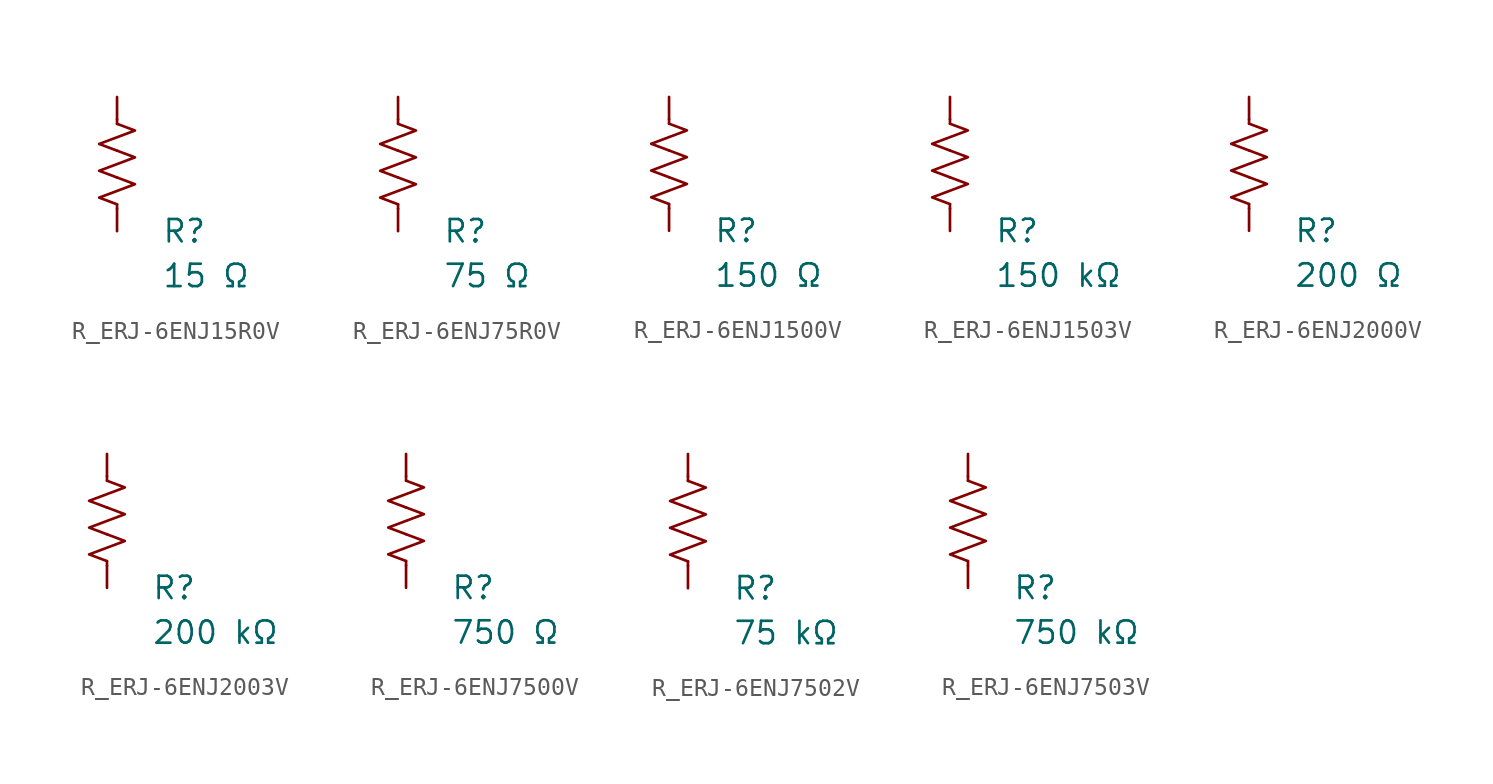
<source format=kicad_sym>
(kicad_symbol_lib
  (version 20231120)
  (generator "kicad_symbol_editor")
  (generator_version "8.0")
  (symbol "R_ERJ-6ENJ15R0V"
    (pin_numbers hide)
    (pin_names
      (offset 0))
    (property "Reference" "R"
      (at 2.54 -3.81 0)
      (effects (font (size 1.27 1.27)) (justify left))
      (show_name no))
    (property "Value" "15 Ω"
      (at 2.54 -6.35 0)
      (effects (font (size 1.27 1.27)) (justify left))
      (show_name no))
    (symbol "R_ERJ-6ENJ15R0V_0_1"
      (polyline (pts (xy 0 -2.286) (xy 0 -2.54)) (stroke (width 0) (type default)) (fill (type none)))
      (polyline (pts (xy 0 2.286) (xy 0 2.54)) (stroke (width 0) (type default)) (fill (type none)))
      (polyline (pts (xy 0 -0.762) (xy 1.016 -1.143) (xy 0 -1.524) (xy -1.016 -1.905) (xy 0 -2.286)) (stroke (width 0) (type default)) (fill (type none)))
      (polyline (pts (xy 0 0.762) (xy 1.016 0.381) (xy 0 0) (xy -1.016 -0.381) (xy 0 -0.762)) (stroke (width 0) (type default)) (fill (type none)))
      (polyline (pts (xy 0 2.286) (xy 1.016 1.905) (xy 0 1.524) (xy -1.016 1.143) (xy 0 0.762)) (stroke (width 0) (type default)) (fill (type none))))
    (symbol "R_ERJ-6ENJ15R0V_1_1"
      (pin passive line (at 0 3.81 270) (length 1.27) (name "~" (effects (font (size 1.27 1.27)))) (number "1" (effects (font (size 1.27 1.27)))))
      (pin passive line (at 0 -3.81 90) (length 1.27) (name "~" (effects (font (size 1.27 1.27)))) (number "2" (effects (font (size 1.27 1.27)))))))
  (symbol "R_ERJ-6ENJ75R0V"
    (pin_numbers hide)
    (pin_names
      (offset 0))
    (property "Reference" "R"
      (at 2.54 -3.81 0)
      (effects (font (size 1.27 1.27)) (justify left))
      (show_name no))
    (property "Value" "75 Ω"
      (at 2.54 -6.35 0)
      (effects (font (size 1.27 1.27)) (justify left))
      (show_name no))
    (symbol "R_ERJ-6ENJ75R0V_0_1"
      (polyline (pts (xy 0 -2.286) (xy 0 -2.54)) (stroke (width 0) (type default)) (fill (type none)))
      (polyline (pts (xy 0 2.286) (xy 0 2.54)) (stroke (width 0) (type default)) (fill (type none)))
      (polyline (pts (xy 0 -0.762) (xy 1.016 -1.143) (xy 0 -1.524) (xy -1.016 -1.905) (xy 0 -2.286)) (stroke (width 0) (type default)) (fill (type none)))
      (polyline (pts (xy 0 0.762) (xy 1.016 0.381) (xy 0 0) (xy -1.016 -0.381) (xy 0 -0.762)) (stroke (width 0) (type default)) (fill (type none)))
      (polyline (pts (xy 0 2.286) (xy 1.016 1.905) (xy 0 1.524) (xy -1.016 1.143) (xy 0 0.762)) (stroke (width 0) (type default)) (fill (type none))))
    (symbol "R_ERJ-6ENJ75R0V_1_1"
      (pin passive line (at 0 3.81 270) (length 1.27) (name "~" (effects (font (size 1.27 1.27)))) (number "1" (effects (font (size 1.27 1.27)))))
      (pin passive line (at 0 -3.81 90) (length 1.27) (name "~" (effects (font (size 1.27 1.27)))) (number "2" (effects (font (size 1.27 1.27)))))))
  (symbol "R_ERJ-6ENJ1500V"
    (pin_numbers hide)
    (pin_names
      (offset 0))
    (property "Reference" "R"
      (at 2.54 -3.81 0)
      (effects (font (size 1.27 1.27)) (justify left))
      (show_name no))
    (property "Value" "150 Ω"
      (at 2.54 -6.35 0)
      (effects (font (size 1.27 1.27)) (justify left))
      (show_name no))
    (symbol "R_ERJ-6ENJ1500V_0_1"
      (polyline (pts (xy 0 -2.286) (xy 0 -2.54)) (stroke (width 0) (type default)) (fill (type none)))
      (polyline (pts (xy 0 2.286) (xy 0 2.54)) (stroke (width 0) (type default)) (fill (type none)))
      (polyline (pts (xy 0 -0.762) (xy 1.016 -1.143) (xy 0 -1.524) (xy -1.016 -1.905) (xy 0 -2.286)) (stroke (width 0) (type default)) (fill (type none)))
      (polyline (pts (xy 0 0.762) (xy 1.016 0.381) (xy 0 0) (xy -1.016 -0.381) (xy 0 -0.762)) (stroke (width 0) (type default)) (fill (type none)))
      (polyline (pts (xy 0 2.286) (xy 1.016 1.905) (xy 0 1.524) (xy -1.016 1.143) (xy 0 0.762)) (stroke (width 0) (type default)) (fill (type none))))
    (symbol "R_ERJ-6ENJ1500V_1_1"
      (pin passive line (at 0 3.81 270) (length 1.27) (name "~" (effects (font (size 1.27 1.27)))) (number "1" (effects (font (size 1.27 1.27)))))
      (pin passive line (at 0 -3.81 90) (length 1.27) (name "~" (effects (font (size 1.27 1.27)))) (number "2" (effects (font (size 1.27 1.27)))))))
  (symbol "R_ERJ-6ENJ1503V"
    (pin_numbers hide)
    (pin_names
      (offset 0))
    (property "Reference" "R"
      (at 2.54 -3.81 0)
      (effects (font (size 1.27 1.27)) (justify left))
      (show_name no))
    (property "Value" "150 kΩ"
      (at 2.54 -6.35 0)
      (effects (font (size 1.27 1.27)) (justify left))
      (show_name no))
    (symbol "R_ERJ-6ENJ1503V_0_1"
      (polyline (pts (xy 0 -2.286) (xy 0 -2.54)) (stroke (width 0) (type default)) (fill (type none)))
      (polyline (pts (xy 0 2.286) (xy 0 2.54)) (stroke (width 0) (type default)) (fill (type none)))
      (polyline (pts (xy 0 -0.762) (xy 1.016 -1.143) (xy 0 -1.524) (xy -1.016 -1.905) (xy 0 -2.286)) (stroke (width 0) (type default)) (fill (type none)))
      (polyline (pts (xy 0 0.762) (xy 1.016 0.381) (xy 0 0) (xy -1.016 -0.381) (xy 0 -0.762)) (stroke (width 0) (type default)) (fill (type none)))
      (polyline (pts (xy 0 2.286) (xy 1.016 1.905) (xy 0 1.524) (xy -1.016 1.143) (xy 0 0.762)) (stroke (width 0) (type default)) (fill (type none))))
    (symbol "R_ERJ-6ENJ1503V_1_1"
      (pin passive line (at 0 3.81 270) (length 1.27) (name "~" (effects (font (size 1.27 1.27)))) (number "1" (effects (font (size 1.27 1.27)))))
      (pin passive line (at 0 -3.81 90) (length 1.27) (name "~" (effects (font (size 1.27 1.27)))) (number "2" (effects (font (size 1.27 1.27)))))))
  (symbol "R_ERJ-6ENJ2000V"
    (pin_numbers hide)
    (pin_names
      (offset 0))
    (property "Reference" "R"
      (at 2.54 -3.81 0)
      (effects (font (size 1.27 1.27)) (justify left))
      (show_name no))
    (property "Value" "200 Ω"
      (at 2.54 -6.35 0)
      (effects (font (size 1.27 1.27)) (justify left))
      (show_name no))
    (symbol "R_ERJ-6ENJ2000V_0_1"
      (polyline (pts (xy 0 -2.286) (xy 0 -2.54)) (stroke (width 0) (type default)) (fill (type none)))
      (polyline (pts (xy 0 2.286) (xy 0 2.54)) (stroke (width 0) (type default)) (fill (type none)))
      (polyline (pts (xy 0 -0.762) (xy 1.016 -1.143) (xy 0 -1.524) (xy -1.016 -1.905) (xy 0 -2.286)) (stroke (width 0) (type default)) (fill (type none)))
      (polyline (pts (xy 0 0.762) (xy 1.016 0.381) (xy 0 0) (xy -1.016 -0.381) (xy 0 -0.762)) (stroke (width 0) (type default)) (fill (type none)))
      (polyline (pts (xy 0 2.286) (xy 1.016 1.905) (xy 0 1.524) (xy -1.016 1.143) (xy 0 0.762)) (stroke (width 0) (type default)) (fill (type none))))
    (symbol "R_ERJ-6ENJ2000V_1_1"
      (pin passive line (at 0 3.81 270) (length 1.27) (name "~" (effects (font (size 1.27 1.27)))) (number "1" (effects (font (size 1.27 1.27)))))
      (pin passive line (at 0 -3.81 90) (length 1.27) (name "~" (effects (font (size 1.27 1.27)))) (number "2" (effects (font (size 1.27 1.27)))))))
  (symbol "R_ERJ-6ENJ2003V"
    (pin_numbers hide)
    (pin_names
      (offset 0))
    (property "Reference" "R"
      (at 2.54 -3.81 0)
      (effects (font (size 1.27 1.27)) (justify left))
      (show_name no))
    (property "Value" "200 kΩ"
      (at 2.54 -6.35 0)
      (effects (font (size 1.27 1.27)) (justify left))
      (show_name no))
    (symbol "R_ERJ-6ENJ2003V_0_1"
      (polyline (pts (xy 0 -2.286) (xy 0 -2.54)) (stroke (width 0) (type default)) (fill (type none)))
      (polyline (pts (xy 0 2.286) (xy 0 2.54)) (stroke (width 0) (type default)) (fill (type none)))
      (polyline (pts (xy 0 -0.762) (xy 1.016 -1.143) (xy 0 -1.524) (xy -1.016 -1.905) (xy 0 -2.286)) (stroke (width 0) (type default)) (fill (type none)))
      (polyline (pts (xy 0 0.762) (xy 1.016 0.381) (xy 0 0) (xy -1.016 -0.381) (xy 0 -0.762)) (stroke (width 0) (type default)) (fill (type none)))
      (polyline (pts (xy 0 2.286) (xy 1.016 1.905) (xy 0 1.524) (xy -1.016 1.143) (xy 0 0.762)) (stroke (width 0) (type default)) (fill (type none))))
    (symbol "R_ERJ-6ENJ2003V_1_1"
      (pin passive line (at 0 3.81 270) (length 1.27) (name "~" (effects (font (size 1.27 1.27)))) (number "1" (effects (font (size 1.27 1.27)))))
      (pin passive line (at 0 -3.81 90) (length 1.27) (name "~" (effects (font (size 1.27 1.27)))) (number "2" (effects (font (size 1.27 1.27)))))))
  (symbol "R_ERJ-6ENJ7500V"
    (pin_numbers hide)
    (pin_names
      (offset 0))
    (property "Reference" "R"
      (at 2.54 -3.81 0)
      (effects (font (size 1.27 1.27)) (justify left))
      (show_name no))
    (property "Value" "750 Ω"
      (at 2.54 -6.35 0)
      (effects (font (size 1.27 1.27)) (justify left))
      (show_name no))
    (symbol "R_ERJ-6ENJ7500V_0_1"
      (polyline (pts (xy 0 -2.286) (xy 0 -2.54)) (stroke (width 0) (type default)) (fill (type none)))
      (polyline (pts (xy 0 2.286) (xy 0 2.54)) (stroke (width 0) (type default)) (fill (type none)))
      (polyline (pts (xy 0 -0.762) (xy 1.016 -1.143) (xy 0 -1.524) (xy -1.016 -1.905) (xy 0 -2.286)) (stroke (width 0) (type default)) (fill (type none)))
      (polyline (pts (xy 0 0.762) (xy 1.016 0.381) (xy 0 0) (xy -1.016 -0.381) (xy 0 -0.762)) (stroke (width 0) (type default)) (fill (type none)))
      (polyline (pts (xy 0 2.286) (xy 1.016 1.905) (xy 0 1.524) (xy -1.016 1.143) (xy 0 0.762)) (stroke (width 0) (type default)) (fill (type none))))
    (symbol "R_ERJ-6ENJ7500V_1_1"
      (pin passive line (at 0 3.81 270) (length 1.27) (name "~" (effects (font (size 1.27 1.27)))) (number "1" (effects (font (size 1.27 1.27)))))
      (pin passive line (at 0 -3.81 90) (length 1.27) (name "~" (effects (font (size 1.27 1.27)))) (number "2" (effects (font (size 1.27 1.27)))))))
  (symbol "R_ERJ-6ENJ7502V"
    (pin_numbers hide)
    (pin_names
      (offset 0))
    (property "Reference" "R"
      (at 2.54 -3.81 0)
      (effects (font (size 1.27 1.27)) (justify left))
      (show_name no))
    (property "Value" "75 kΩ"
      (at 2.54 -6.35 0)
      (effects (font (size 1.27 1.27)) (justify left))
      (show_name no))
    (symbol "R_ERJ-6ENJ7502V_0_1"
      (polyline (pts (xy 0 -2.286) (xy 0 -2.54)) (stroke (width 0) (type default)) (fill (type none)))
      (polyline (pts (xy 0 2.286) (xy 0 2.54)) (stroke (width 0) (type default)) (fill (type none)))
      (polyline (pts (xy 0 -0.762) (xy 1.016 -1.143) (xy 0 -1.524) (xy -1.016 -1.905) (xy 0 -2.286)) (stroke (width 0) (type default)) (fill (type none)))
      (polyline (pts (xy 0 0.762) (xy 1.016 0.381) (xy 0 0) (xy -1.016 -0.381) (xy 0 -0.762)) (stroke (width 0) (type default)) (fill (type none)))
      (polyline (pts (xy 0 2.286) (xy 1.016 1.905) (xy 0 1.524) (xy -1.016 1.143) (xy 0 0.762)) (stroke (width 0) (type default)) (fill (type none))))
    (symbol "R_ERJ-6ENJ7502V_1_1"
      (pin passive line (at 0 3.81 270) (length 1.27) (name "~" (effects (font (size 1.27 1.27)))) (number "1" (effects (font (size 1.27 1.27)))))
      (pin passive line (at 0 -3.81 90) (length 1.27) (name "~" (effects (font (size 1.27 1.27)))) (number "2" (effects (font (size 1.27 1.27)))))))
  (symbol "R_ERJ-6ENJ7503V"
    (pin_numbers hide)
    (pin_names
      (offset 0))
    (property "Reference" "R"
      (at 2.54 -3.81 0)
      (effects (font (size 1.27 1.27)) (justify left))
      (show_name no))
    (property "Value" "750 kΩ"
      (at 2.54 -6.35 0)
      (effects (font (size 1.27 1.27)) (justify left))
      (show_name no))
    (symbol "R_ERJ-6ENJ7503V_0_1"
      (polyline (pts (xy 0 -2.286) (xy 0 -2.54)) (stroke (width 0) (type default)) (fill (type none)))
      (polyline (pts (xy 0 2.286) (xy 0 2.54)) (stroke (width 0) (type default)) (fill (type none)))
      (polyline (pts (xy 0 -0.762) (xy 1.016 -1.143) (xy 0 -1.524) (xy -1.016 -1.905) (xy 0 -2.286)) (stroke (width 0) (type default)) (fill (type none)))
      (polyline (pts (xy 0 0.762) (xy 1.016 0.381) (xy 0 0) (xy -1.016 -0.381) (xy 0 -0.762)) (stroke (width 0) (type default)) (fill (type none)))
      (polyline (pts (xy 0 2.286) (xy 1.016 1.905) (xy 0 1.524) (xy -1.016 1.143) (xy 0 0.762)) (stroke (width 0) (type default)) (fill (type none))))
    (symbol "R_ERJ-6ENJ7503V_1_1"
      (pin passive line (at 0 3.81 270) (length 1.27) (name "~" (effects (font (size 1.27 1.27)))) (number "1" (effects (font (size 1.27 1.27)))))
      (pin passive line (at 0 -3.81 90) (length 1.27) (name "~" (effects (font (size 1.27 1.27)))) (number "2" (effects (font (size 1.27 1.27))))))))
</source>
